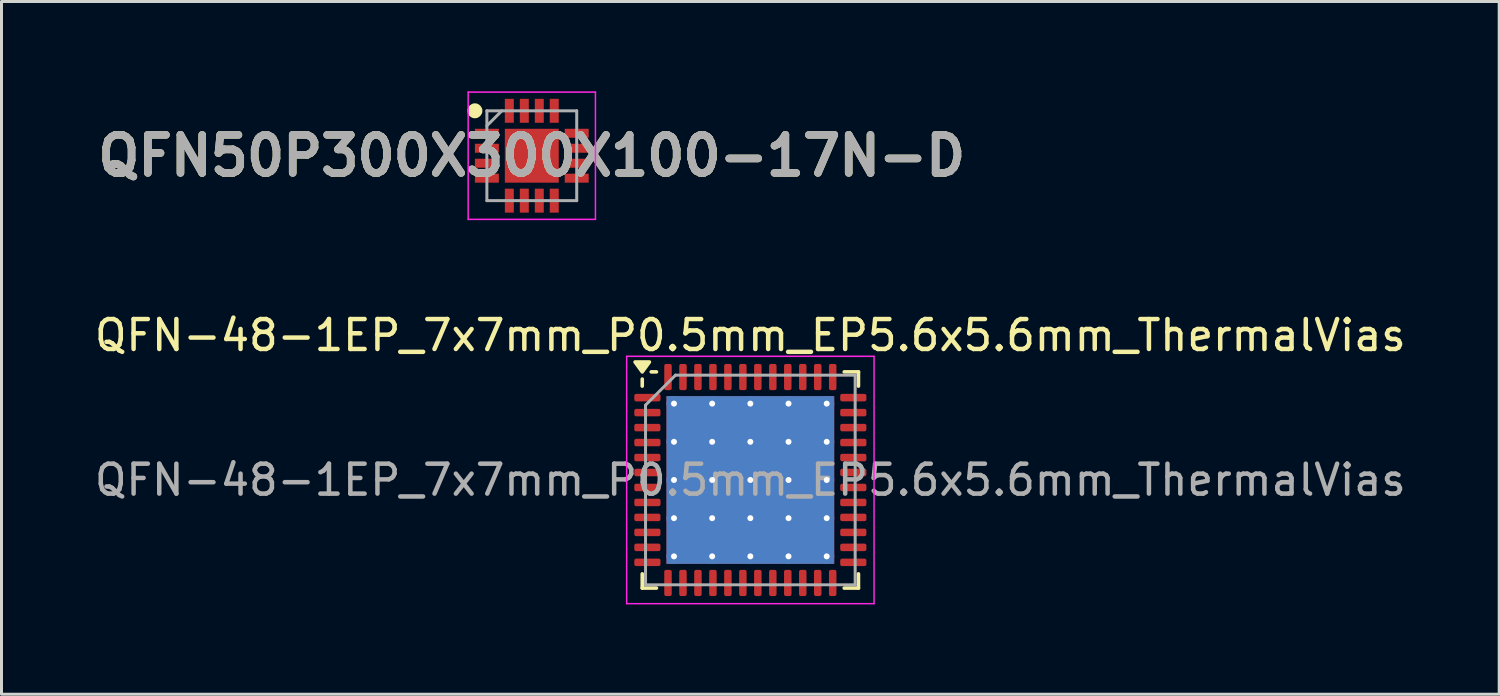
<source format=kicad_pcb>
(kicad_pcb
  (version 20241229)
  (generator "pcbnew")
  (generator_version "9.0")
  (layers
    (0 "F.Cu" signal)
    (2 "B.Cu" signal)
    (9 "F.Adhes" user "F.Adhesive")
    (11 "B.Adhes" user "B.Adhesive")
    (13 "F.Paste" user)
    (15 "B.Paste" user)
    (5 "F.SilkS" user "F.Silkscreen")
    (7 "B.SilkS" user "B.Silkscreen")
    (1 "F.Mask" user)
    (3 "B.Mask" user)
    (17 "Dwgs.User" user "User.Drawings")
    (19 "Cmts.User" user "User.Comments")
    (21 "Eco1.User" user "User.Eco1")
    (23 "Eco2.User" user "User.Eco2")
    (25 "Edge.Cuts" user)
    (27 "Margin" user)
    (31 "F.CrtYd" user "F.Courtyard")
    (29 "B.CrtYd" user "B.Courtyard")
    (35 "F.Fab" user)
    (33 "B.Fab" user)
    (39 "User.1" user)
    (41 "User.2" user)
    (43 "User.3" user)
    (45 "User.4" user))
  (footprint "QFN-48-1EP_7x7mm_P0.5mm_EP5.6x5.6mm_ThermalVias"
    (layer "F.Cu")
    (at 22.006 12.978)
    (property "Reference" "QFN-48-1EP_7x7mm_P0.5mm_EP5.6x5.6mm_ThermalVias" (at 0 -4.83 0) (layer "F.SilkS") (effects (font (size 1 1) (thickness 0.15))))
    (attr smd)
    (fp_line (start -3.61 -3.135) (end -3.61 -3.37) (stroke (width 0.12) (type solid)) (layer "F.SilkS"))
    (fp_line (start -3.61 3.61) (end -3.61 3.135) (stroke (width 0.12) (type solid)) (layer "F.SilkS"))
    (fp_line (start -3.135 -3.61) (end -3.31 -3.61) (stroke (width 0.12) (type solid)) (layer "F.SilkS"))
    (fp_line (start -3.135 3.61) (end -3.61 3.61) (stroke (width 0.12) (type solid)) (layer "F.SilkS"))
    (fp_line (start 3.135 -3.61) (end 3.61 -3.61) (stroke (width 0.12) (type solid)) (layer "F.SilkS"))
    (fp_line (start 3.135 3.61) (end 3.61 3.61) (stroke (width 0.12) (type solid)) (layer "F.SilkS"))
    (fp_line (start 3.61 -3.61) (end 3.61 -3.135) (stroke (width 0.12) (type solid)) (layer "F.SilkS"))
    (fp_line (start 3.61 3.61) (end 3.61 3.135) (stroke (width 0.12) (type solid)) (layer "F.SilkS"))
    (fp_poly (pts (xy -3.61 -3.61) (xy -3.85 -3.94) (xy -3.37 -3.94) (xy -3.61 -3.61)) (stroke (width 0.12) (type solid)) (fill yes) (layer "F.SilkS"))
    (fp_line (start -4.13 -4.13) (end -4.13 4.13) (stroke (width 0.05) (type solid)) (layer "F.CrtYd"))
    (fp_line (start -4.13 4.13) (end 4.13 4.13) (stroke (width 0.05) (type solid)) (layer "F.CrtYd"))
    (fp_line (start 4.13 -4.13) (end -4.13 -4.13) (stroke (width 0.05) (type solid)) (layer "F.CrtYd"))
    (fp_line (start 4.13 4.13) (end 4.13 -4.13) (stroke (width 0.05) (type solid)) (layer "F.CrtYd"))
    (fp_line (start -3.5 -2.5) (end -2.5 -3.5) (stroke (width 0.1) (type solid)) (layer "F.Fab"))
    (fp_line (start -3.5 3.5) (end -3.5 -2.5) (stroke (width 0.1) (type solid)) (layer "F.Fab"))
    (fp_line (start -2.5 -3.5) (end 3.5 -3.5) (stroke (width 0.1) (type solid)) (layer "F.Fab"))
    (fp_line (start 3.5 -3.5) (end 3.5 3.5) (stroke (width 0.1) (type solid)) (layer "F.Fab"))
    (fp_line (start 3.5 3.5) (end -3.5 3.5) (stroke (width 0.1) (type solid)) (layer "F.Fab"))
    (fp_text user "${REFERENCE}" (at 0 0 0) (layer "F.Fab") (effects (font (size 1 1) (thickness 0.15))))
    (pad "" smd roundrect (at -1.913 -1.913) (size 1.084 1.084) (layers "F.Paste") (roundrect_rratio 0.231))
    (pad "" smd roundrect (at -1.913 -0.637) (size 1.084 1.084) (layers "F.Paste") (roundrect_rratio 0.231))
    (pad "" smd roundrect (at -1.913 0.637) (size 1.084 1.084) (layers "F.Paste") (roundrect_rratio 0.231))
    (pad "" smd roundrect (at -1.913 1.913) (size 1.084 1.084) (layers "F.Paste") (roundrect_rratio 0.231))
    (pad "" smd roundrect (at -0.637 -1.913) (size 1.084 1.084) (layers "F.Paste") (roundrect_rratio 0.231))
    (pad "" smd roundrect (at -0.637 -0.637) (size 1.084 1.084) (layers "F.Paste") (roundrect_rratio 0.231))
    (pad "" smd roundrect (at -0.637 0.637) (size 1.084 1.084) (layers "F.Paste") (roundrect_rratio 0.231))
    (pad "" smd roundrect (at -0.637 1.913) (size 1.084 1.084) (layers "F.Paste") (roundrect_rratio 0.231))
    (pad "" smd roundrect (at 0.637 -1.913) (size 1.084 1.084) (layers "F.Paste") (roundrect_rratio 0.231))
    (pad "" smd roundrect (at 0.637 -0.637) (size 1.084 1.084) (layers "F.Paste") (roundrect_rratio 0.231))
    (pad "" smd roundrect (at 0.637 0.637) (size 1.084 1.084) (layers "F.Paste") (roundrect_rratio 0.231))
    (pad "" smd roundrect (at 0.637 1.913) (size 1.084 1.084) (layers "F.Paste") (roundrect_rratio 0.231))
    (pad "" smd roundrect (at 1.913 -1.913) (size 1.084 1.084) (layers "F.Paste") (roundrect_rratio 0.231))
    (pad "" smd roundrect (at 1.913 -0.637) (size 1.084 1.084) (layers "F.Paste") (roundrect_rratio 0.231))
    (pad "" smd roundrect (at 1.913 0.637) (size 1.084 1.084) (layers "F.Paste") (roundrect_rratio 0.231))
    (pad "" smd roundrect (at 1.913 1.913) (size 1.084 1.084) (layers "F.Paste") (roundrect_rratio 0.231))
    (pad "1" smd roundrect (at -3.438 -2.75) (size 0.875 0.25) (layers "F.Cu" "F.Mask" "F.Paste") (roundrect_rratio 0.25))
    (pad "2" smd roundrect (at -3.438 -2.25) (size 0.875 0.25) (layers "F.Cu" "F.Mask" "F.Paste") (roundrect_rratio 0.25))
    (pad "3" smd roundrect (at -3.438 -1.75) (size 0.875 0.25) (layers "F.Cu" "F.Mask" "F.Paste") (roundrect_rratio 0.25))
    (pad "4" smd roundrect (at -3.438 -1.25) (size 0.875 0.25) (layers "F.Cu" "F.Mask" "F.Paste") (roundrect_rratio 0.25))
    (pad "5" smd roundrect (at -3.438 -0.75) (size 0.875 0.25) (layers "F.Cu" "F.Mask" "F.Paste") (roundrect_rratio 0.25))
    (pad "6" smd roundrect (at -3.438 -0.25) (size 0.875 0.25) (layers "F.Cu" "F.Mask" "F.Paste") (roundrect_rratio 0.25))
    (pad "7" smd roundrect (at -3.438 0.25) (size 0.875 0.25) (layers "F.Cu" "F.Mask" "F.Paste") (roundrect_rratio 0.25))
    (pad "8" smd roundrect (at -3.438 0.75) (size 0.875 0.25) (layers "F.Cu" "F.Mask" "F.Paste") (roundrect_rratio 0.25))
    (pad "9" smd roundrect (at -3.438 1.25) (size 0.875 0.25) (layers "F.Cu" "F.Mask" "F.Paste") (roundrect_rratio 0.25))
    (pad "10" smd roundrect (at -3.438 1.75) (size 0.875 0.25) (layers "F.Cu" "F.Mask" "F.Paste") (roundrect_rratio 0.25))
    (pad "11" smd roundrect (at -3.438 2.25) (size 0.875 0.25) (layers "F.Cu" "F.Mask" "F.Paste") (roundrect_rratio 0.25))
    (pad "12" smd roundrect (at -3.438 2.75) (size 0.875 0.25) (layers "F.Cu" "F.Mask" "F.Paste") (roundrect_rratio 0.25))
    (pad "13" smd roundrect (at -2.75 3.438) (size 0.25 0.875) (layers "F.Cu" "F.Mask" "F.Paste") (roundrect_rratio 0.25))
    (pad "14" smd roundrect (at -2.25 3.438) (size 0.25 0.875) (layers "F.Cu" "F.Mask" "F.Paste") (roundrect_rratio 0.25))
    (pad "15" smd roundrect (at -1.75 3.438) (size 0.25 0.875) (layers "F.Cu" "F.Mask" "F.Paste") (roundrect_rratio 0.25))
    (pad "16" smd roundrect (at -1.25 3.438) (size 0.25 0.875) (layers "F.Cu" "F.Mask" "F.Paste") (roundrect_rratio 0.25))
    (pad "17" smd roundrect (at -0.75 3.438) (size 0.25 0.875) (layers "F.Cu" "F.Mask" "F.Paste") (roundrect_rratio 0.25))
    (pad "18" smd roundrect (at -0.25 3.438) (size 0.25 0.875) (layers "F.Cu" "F.Mask" "F.Paste") (roundrect_rratio 0.25))
    (pad "19" smd roundrect (at 0.25 3.438) (size 0.25 0.875) (layers "F.Cu" "F.Mask" "F.Paste") (roundrect_rratio 0.25))
    (pad "20" smd roundrect (at 0.75 3.438) (size 0.25 0.875) (layers "F.Cu" "F.Mask" "F.Paste") (roundrect_rratio 0.25))
    (pad "21" smd roundrect (at 1.25 3.438) (size 0.25 0.875) (layers "F.Cu" "F.Mask" "F.Paste") (roundrect_rratio 0.25))
    (pad "22" smd roundrect (at 1.75 3.438) (size 0.25 0.875) (layers "F.Cu" "F.Mask" "F.Paste") (roundrect_rratio 0.25))
    (pad "23" smd roundrect (at 2.25 3.438) (size 0.25 0.875) (layers "F.Cu" "F.Mask" "F.Paste") (roundrect_rratio 0.25))
    (pad "24" smd roundrect (at 2.75 3.438) (size 0.25 0.875) (layers "F.Cu" "F.Mask" "F.Paste") (roundrect_rratio 0.25))
    (pad "25" smd roundrect (at 3.438 2.75) (size 0.875 0.25) (layers "F.Cu" "F.Mask" "F.Paste") (roundrect_rratio 0.25))
    (pad "26" smd roundrect (at 3.438 2.25) (size 0.875 0.25) (layers "F.Cu" "F.Mask" "F.Paste") (roundrect_rratio 0.25))
    (pad "27" smd roundrect (at 3.438 1.75) (size 0.875 0.25) (layers "F.Cu" "F.Mask" "F.Paste") (roundrect_rratio 0.25))
    (pad "28" smd roundrect (at 3.438 1.25) (size 0.875 0.25) (layers "F.Cu" "F.Mask" "F.Paste") (roundrect_rratio 0.25))
    (pad "29" smd roundrect (at 3.438 0.75) (size 0.875 0.25) (layers "F.Cu" "F.Mask" "F.Paste") (roundrect_rratio 0.25))
    (pad "30" smd roundrect (at 3.438 0.25) (size 0.875 0.25) (layers "F.Cu" "F.Mask" "F.Paste") (roundrect_rratio 0.25))
    (pad "31" smd roundrect (at 3.438 -0.25) (size 0.875 0.25) (layers "F.Cu" "F.Mask" "F.Paste") (roundrect_rratio 0.25))
    (pad "32" smd roundrect (at 3.438 -0.75) (size 0.875 0.25) (layers "F.Cu" "F.Mask" "F.Paste") (roundrect_rratio 0.25))
    (pad "33" smd roundrect (at 3.438 -1.25) (size 0.875 0.25) (layers "F.Cu" "F.Mask" "F.Paste") (roundrect_rratio 0.25))
    (pad "34" smd roundrect (at 3.438 -1.75) (size 0.875 0.25) (layers "F.Cu" "F.Mask" "F.Paste") (roundrect_rratio 0.25))
    (pad "35" smd roundrect (at 3.438 -2.25) (size 0.875 0.25) (layers "F.Cu" "F.Mask" "F.Paste") (roundrect_rratio 0.25))
    (pad "36" smd roundrect (at 3.438 -2.75) (size 0.875 0.25) (layers "F.Cu" "F.Mask" "F.Paste") (roundrect_rratio 0.25))
    (pad "37" smd roundrect (at 2.75 -3.438) (size 0.25 0.875) (layers "F.Cu" "F.Mask" "F.Paste") (roundrect_rratio 0.25))
    (pad "38" smd roundrect (at 2.25 -3.438) (size 0.25 0.875) (layers "F.Cu" "F.Mask" "F.Paste") (roundrect_rratio 0.25))
    (pad "39" smd roundrect (at 1.75 -3.438) (size 0.25 0.875) (layers "F.Cu" "F.Mask" "F.Paste") (roundrect_rratio 0.25))
    (pad "40" smd roundrect (at 1.25 -3.438) (size 0.25 0.875) (layers "F.Cu" "F.Mask" "F.Paste") (roundrect_rratio 0.25))
    (pad "41" smd roundrect (at 0.75 -3.438) (size 0.25 0.875) (layers "F.Cu" "F.Mask" "F.Paste") (roundrect_rratio 0.25))
    (pad "42" smd roundrect (at 0.25 -3.438) (size 0.25 0.875) (layers "F.Cu" "F.Mask" "F.Paste") (roundrect_rratio 0.25))
    (pad "43" smd roundrect (at -0.25 -3.438) (size 0.25 0.875) (layers "F.Cu" "F.Mask" "F.Paste") (roundrect_rratio 0.25))
    (pad "44" smd roundrect (at -0.75 -3.438) (size 0.25 0.875) (layers "F.Cu" "F.Mask" "F.Paste") (roundrect_rratio 0.25))
    (pad "45" smd roundrect (at -1.25 -3.438) (size 0.25 0.875) (layers "F.Cu" "F.Mask" "F.Paste") (roundrect_rratio 0.25))
    (pad "46" smd roundrect (at -1.75 -3.438) (size 0.25 0.875) (layers "F.Cu" "F.Mask" "F.Paste") (roundrect_rratio 0.25))
    (pad "47" smd roundrect (at -2.25 -3.438) (size 0.25 0.875) (layers "F.Cu" "F.Mask" "F.Paste") (roundrect_rratio 0.25))
    (pad "48" smd roundrect (at -2.75 -3.438) (size 0.25 0.875) (layers "F.Cu" "F.Mask" "F.Paste") (roundrect_rratio 0.25))
    (pad "49" thru_hole circle (at -2.55 -2.55) (size 0.5 0.5) (drill 0.2) (property pad_prop_heatsink) (layers "*.Cu"))
    (pad "49" thru_hole circle (at -2.55 -1.275) (size 0.5 0.5) (drill 0.2) (property pad_prop_heatsink) (layers "*.Cu"))
    (pad "49" thru_hole circle (at -2.55 0) (size 0.5 0.5) (drill 0.2) (property pad_prop_heatsink) (layers "*.Cu"))
    (pad "49" thru_hole circle (at -2.55 1.275) (size 0.5 0.5) (drill 0.2) (property pad_prop_heatsink) (layers "*.Cu"))
    (pad "49" thru_hole circle (at -2.55 2.55) (size 0.5 0.5) (drill 0.2) (property pad_prop_heatsink) (layers "*.Cu"))
    (pad "49" thru_hole circle (at -1.275 -2.55) (size 0.5 0.5) (drill 0.2) (property pad_prop_heatsink) (layers "*.Cu"))
    (pad "49" thru_hole circle (at -1.275 -1.275) (size 0.5 0.5) (drill 0.2) (property pad_prop_heatsink) (layers "*.Cu"))
    (pad "49" thru_hole circle (at -1.275 0) (size 0.5 0.5) (drill 0.2) (property pad_prop_heatsink) (layers "*.Cu"))
    (pad "49" thru_hole circle (at -1.275 1.275) (size 0.5 0.5) (drill 0.2) (property pad_prop_heatsink) (layers "*.Cu"))
    (pad "49" thru_hole circle (at -1.275 2.55) (size 0.5 0.5) (drill 0.2) (property pad_prop_heatsink) (layers "*.Cu"))
    (pad "49" thru_hole circle (at 0 -2.55) (size 0.5 0.5) (drill 0.2) (property pad_prop_heatsink) (layers "*.Cu"))
    (pad "49" thru_hole circle (at 0 -1.275) (size 0.5 0.5) (drill 0.2) (property pad_prop_heatsink) (layers "*.Cu"))
    (pad "49" thru_hole circle (at 0 0) (size 0.5 0.5) (drill 0.2) (property pad_prop_heatsink) (layers "*.Cu"))
    (pad "49" smd rect (at 0 0) (size 5.6 5.6) (property pad_prop_heatsink) (layers "F.Cu" "F.Mask"))
    (pad "49" smd rect (at 0 0) (size 5.6 5.6) (property pad_prop_heatsink) (layers "B.Cu"))
    (pad "49" thru_hole circle (at 0 1.275) (size 0.5 0.5) (drill 0.2) (property pad_prop_heatsink) (layers "*.Cu"))
    (pad "49" thru_hole circle (at 0 2.55) (size 0.5 0.5) (drill 0.2) (property pad_prop_heatsink) (layers "*.Cu"))
    (pad "49" thru_hole circle (at 1.275 -2.55) (size 0.5 0.5) (drill 0.2) (property pad_prop_heatsink) (layers "*.Cu"))
    (pad "49" thru_hole circle (at 1.275 -1.275) (size 0.5 0.5) (drill 0.2) (property pad_prop_heatsink) (layers "*.Cu"))
    (pad "49" thru_hole circle (at 1.275 0) (size 0.5 0.5) (drill 0.2) (property pad_prop_heatsink) (layers "*.Cu"))
    (pad "49" thru_hole circle (at 1.275 1.275) (size 0.5 0.5) (drill 0.2) (property pad_prop_heatsink) (layers "*.Cu"))
    (pad "49" thru_hole circle (at 1.275 2.55) (size 0.5 0.5) (drill 0.2) (property pad_prop_heatsink) (layers "*.Cu"))
    (pad "49" thru_hole circle (at 2.55 -2.55) (size 0.5 0.5) (drill 0.2) (property pad_prop_heatsink) (layers "*.Cu"))
    (pad "49" thru_hole circle (at 2.55 -1.275) (size 0.5 0.5) (drill 0.2) (property pad_prop_heatsink) (layers "*.Cu"))
    (pad "49" thru_hole circle (at 2.55 0) (size 0.5 0.5) (drill 0.2) (property pad_prop_heatsink) (layers "*.Cu"))
    (pad "49" thru_hole circle (at 2.55 1.275) (size 0.5 0.5) (drill 0.2) (property pad_prop_heatsink) (layers "*.Cu"))
    (pad "49" thru_hole circle (at 2.55 2.55) (size 0.5 0.5) (drill 0.2) (property pad_prop_heatsink) (layers "*.Cu")))
  (footprint "QFN50P300X300X100-17N-D"
    (layer "F.Cu")
    (at 14.708 2.15)
    (property "Reference" "QFN50P300X300X100-17N-D" (at 0 0 0) (layer "F.SilkS") (effects (font (size 1.27 1.27) (thickness 0.254))))
    (attr smd)
    (fp_circle (center -1.9 -1.5) (end -1.9 -1.375) (stroke (width 0.25) (type solid)) (fill no) (layer "F.SilkS"))
    (fp_line (start -2.125 -2.125) (end 2.125 -2.125) (stroke (width 0.05) (type solid)) (layer "F.CrtYd"))
    (fp_line (start -2.125 2.125) (end -2.125 -2.125) (stroke (width 0.05) (type solid)) (layer "F.CrtYd"))
    (fp_line (start 2.125 -2.125) (end 2.125 2.125) (stroke (width 0.05) (type solid)) (layer "F.CrtYd"))
    (fp_line (start 2.125 2.125) (end -2.125 2.125) (stroke (width 0.05) (type solid)) (layer "F.CrtYd"))
    (fp_line (start -1.5 -1.5) (end 1.5 -1.5) (stroke (width 0.1) (type solid)) (layer "F.Fab"))
    (fp_line (start -1.5 -1) (end -1 -1.5) (stroke (width 0.1) (type solid)) (layer "F.Fab"))
    (fp_line (start -1.5 1.5) (end -1.5 -1.5) (stroke (width 0.1) (type solid)) (layer "F.Fab"))
    (fp_line (start 1.5 -1.5) (end 1.5 1.5) (stroke (width 0.1) (type solid)) (layer "F.Fab"))
    (fp_line (start 1.5 1.5) (end -1.5 1.5) (stroke (width 0.1) (type solid)) (layer "F.Fab"))
    (fp_text user "${REFERENCE}" (at 0 0 0) (layer "F.Fab") (effects (font (size 1.27 1.27) (thickness 0.254))))
    (pad "1" smd rect (at -1.5 -0.75 90) (size 0.3 0.8) (layers "F.Cu" "F.Mask" "F.Paste"))
    (pad "2" smd rect (at -1.5 -0.25 90) (size 0.3 0.8) (layers "F.Cu" "F.Mask" "F.Paste"))
    (pad "3" smd rect (at -1.5 0.25 90) (size 0.3 0.8) (layers "F.Cu" "F.Mask" "F.Paste"))
    (pad "4" smd rect (at -1.5 0.75 90) (size 0.3 0.8) (layers "F.Cu" "F.Mask" "F.Paste"))
    (pad "5" smd rect (at -0.75 1.5) (size 0.3 0.8) (layers "F.Cu" "F.Mask" "F.Paste"))
    (pad "6" smd rect (at -0.25 1.5) (size 0.3 0.8) (layers "F.Cu" "F.Mask" "F.Paste"))
    (pad "7" smd rect (at 0.25 1.5) (size 0.3 0.8) (layers "F.Cu" "F.Mask" "F.Paste"))
    (pad "8" smd rect (at 0.75 1.5) (size 0.3 0.8) (layers "F.Cu" "F.Mask" "F.Paste"))
    (pad "9" smd rect (at 1.5 0.75 90) (size 0.3 0.8) (layers "F.Cu" "F.Mask" "F.Paste"))
    (pad "10" smd rect (at 1.5 0.25 90) (size 0.3 0.8) (layers "F.Cu" "F.Mask" "F.Paste"))
    (pad "11" smd rect (at 1.5 -0.25 90) (size 0.3 0.8) (layers "F.Cu" "F.Mask" "F.Paste"))
    (pad "12" smd rect (at 1.5 -0.75 90) (size 0.3 0.8) (layers "F.Cu" "F.Mask" "F.Paste"))
    (pad "13" smd rect (at 0.75 -1.5) (size 0.3 0.8) (layers "F.Cu" "F.Mask" "F.Paste"))
    (pad "14" smd rect (at 0.25 -1.5) (size 0.3 0.8) (layers "F.Cu" "F.Mask" "F.Paste"))
    (pad "15" smd rect (at -0.25 -1.5) (size 0.3 0.8) (layers "F.Cu" "F.Mask" "F.Paste"))
    (pad "16" smd rect (at -0.75 -1.5) (size 0.3 0.8) (layers "F.Cu" "F.Mask" "F.Paste"))
    (pad "17" smd rect (at 0 0) (size 1.8 1.8) (layers "F.Cu" "F.Mask" "F.Paste")))
  (gr_rect
    (start -3 -3)
    (end 47.012 20.133)
    (stroke (width 0.1) (type default))
    (fill no)
    (layer "Edge.Cuts")))
</source>
